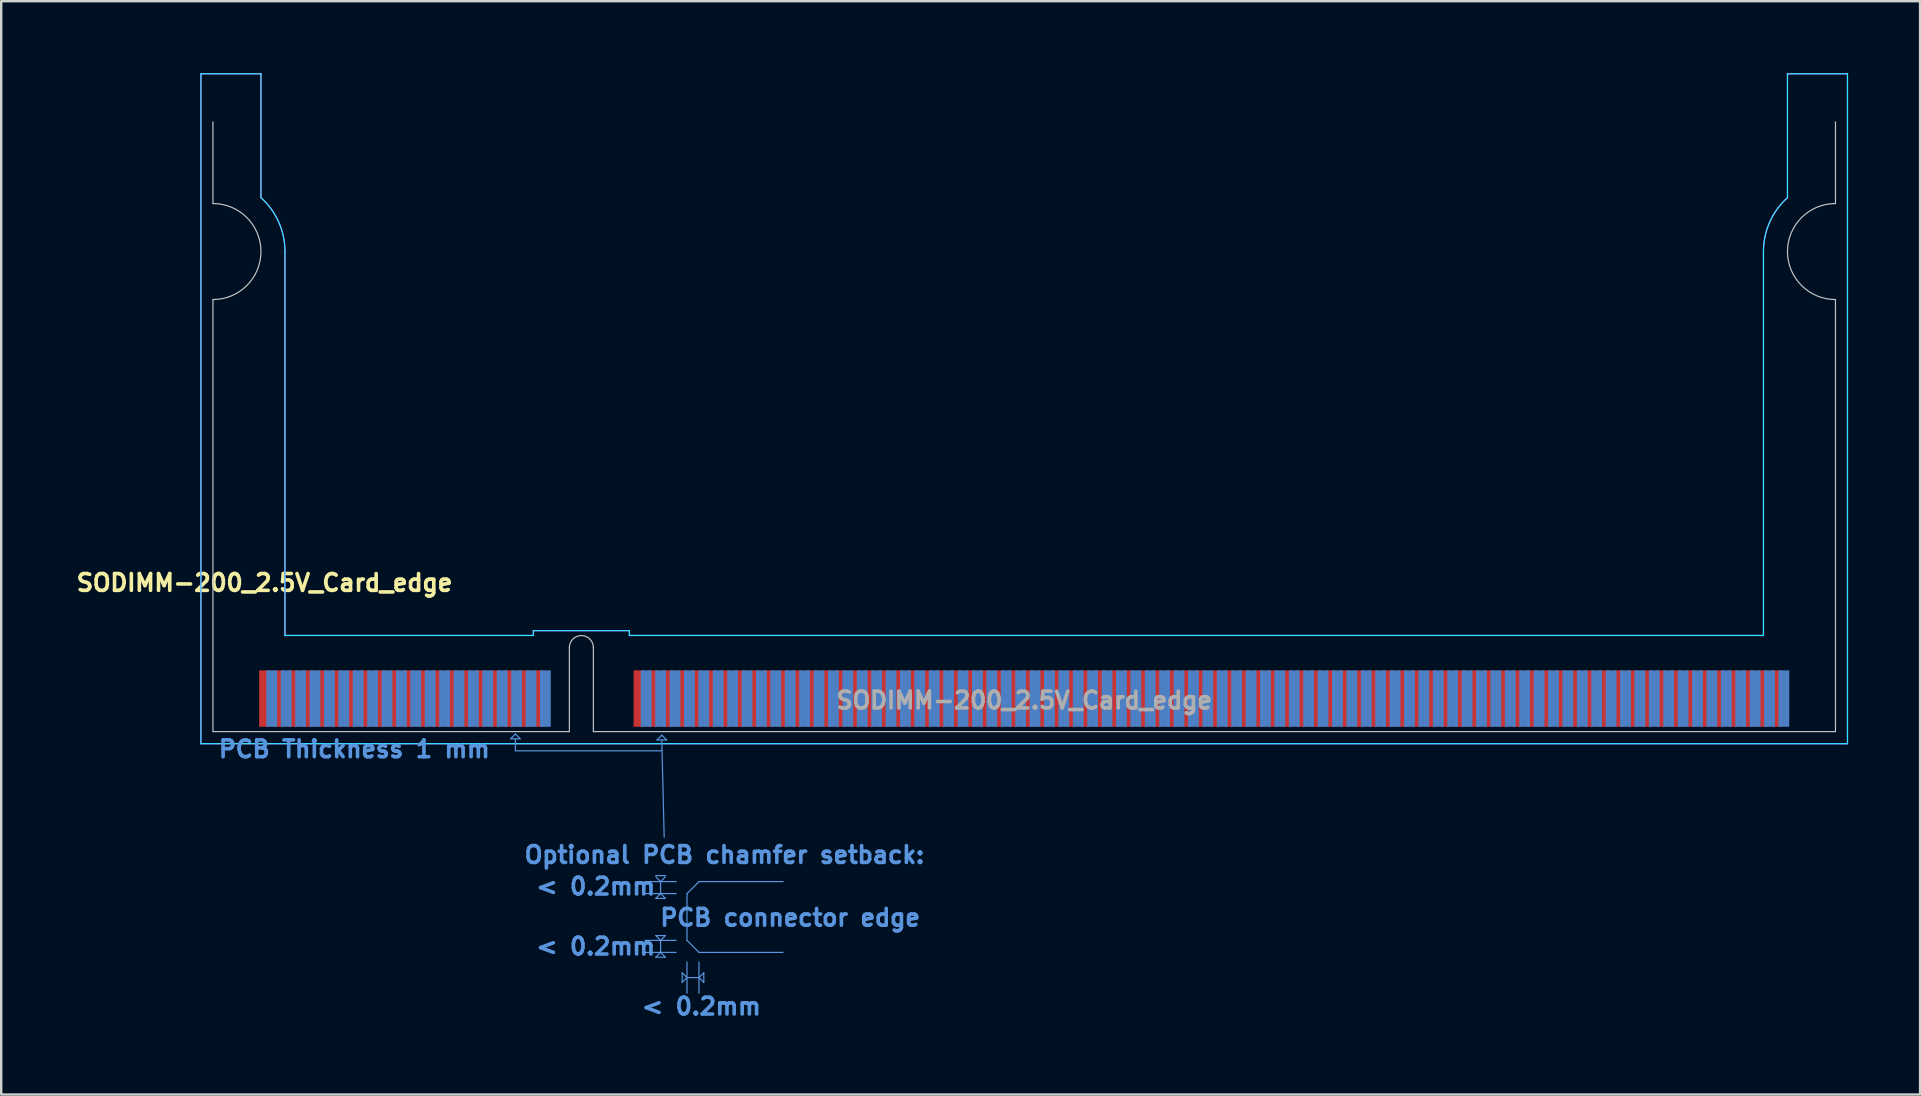
<source format=kicad_pcb>
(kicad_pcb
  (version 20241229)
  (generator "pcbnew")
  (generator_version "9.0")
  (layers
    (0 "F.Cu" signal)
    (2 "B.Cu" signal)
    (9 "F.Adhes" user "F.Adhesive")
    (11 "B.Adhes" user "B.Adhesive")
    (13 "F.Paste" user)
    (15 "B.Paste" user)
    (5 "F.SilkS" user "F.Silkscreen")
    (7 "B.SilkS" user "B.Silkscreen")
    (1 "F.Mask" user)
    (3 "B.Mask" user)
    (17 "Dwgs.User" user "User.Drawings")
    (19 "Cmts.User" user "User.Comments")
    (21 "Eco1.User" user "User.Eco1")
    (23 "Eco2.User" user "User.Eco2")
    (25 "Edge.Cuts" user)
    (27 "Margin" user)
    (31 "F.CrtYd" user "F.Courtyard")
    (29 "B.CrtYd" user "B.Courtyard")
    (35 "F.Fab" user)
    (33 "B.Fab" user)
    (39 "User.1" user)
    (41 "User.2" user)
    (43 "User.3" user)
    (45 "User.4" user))
  (footprint "SODIMM-200_2.5V_Card_edge"
    (layer "F.Cu")
    (at 7.972 26.055)
    (property "Reference" "SODIMM-200_2.5V_Card_edge" (at 0 -4.825 0) (layer "F.SilkS") (effects (font (size 0.7 0.7) (thickness 0.15))))
    (attr exclude_from_pos_files allow_soldermask_bridges)
    (fp_rect (start -0.352 -1.302) (end 12.7 1.302) (stroke (width 0) (type solid)) (fill yes) (layer "F.Mask"))
    (fp_rect (start 13.7 -1.302) (end 63.352 1.302) (stroke (width 0) (type solid)) (fill yes) (layer "F.Mask"))
    (fp_rect (start -0.052 -1.302) (end 12.7 1.302) (stroke (width 0) (type solid)) (fill yes) (layer "B.Mask"))
    (fp_rect (start 13.7 -1.302) (end 63.652 1.302) (stroke (width 0) (type solid)) (fill yes) (layer "B.Mask"))
    (fp_line (start -2.15 -20.625) (end -2.15 -24.025) (stroke (width 0.05) (type default)) (layer "Dwgs.User"))
    (fp_line (start -2.15 1.375) (end -2.15 -16.625) (stroke (width 0.05) (type solid)) (layer "Dwgs.User"))
    (fp_line (start 12.7 1.375) (end -2.15 1.375) (stroke (width 0.05) (type default)) (layer "Dwgs.User"))
    (fp_line (start 12.7 1.375) (end 12.7 -2.125) (stroke (width 0.05) (type solid)) (layer "Dwgs.User"))
    (fp_line (start 13.7 -2.125) (end 13.7 1.375) (stroke (width 0.05) (type solid)) (layer "Dwgs.User"))
    (fp_line (start 13.7 1.375) (end 65.45 1.375) (stroke (width 0.05) (type default)) (layer "Dwgs.User"))
    (fp_line (start 65.45 -20.625) (end 65.45 -24.025) (stroke (width 0.05) (type default)) (layer "Dwgs.User"))
    (fp_line (start 65.45 1.375) (end 65.45 -16.625) (stroke (width 0.05) (type solid)) (layer "Dwgs.User"))
    (fp_arc (start -2.15 -20.625) (mid -0.15 -18.625) (end -2.15 -16.625) (stroke (width 0.05) (type solid)) (layer "Dwgs.User"))
    (fp_arc (start 12.7 -2.125) (mid 13.2 -2.625) (end 13.7 -2.125) (stroke (width 0.05) (type solid)) (layer "Dwgs.User"))
    (fp_arc (start 65.45 -16.625) (mid 63.45 -18.625) (end 65.45 -20.625) (stroke (width 0.05) (type solid)) (layer "Dwgs.User"))
    (fp_line (start 10.25 1.675) (end 10.45 1.475) (stroke (width 0.05) (type default)) (layer "Cmts.User"))
    (fp_line (start 10.45 1.475) (end 10.65 1.675) (stroke (width 0.05) (type default)) (layer "Cmts.User"))
    (fp_line (start 10.45 1.675) (end 10.45 2.175) (stroke (width 0.05) (type default)) (layer "Cmts.User"))
    (fp_line (start 10.45 2.175) (end 16.55 2.175) (stroke (width 0.05) (type default)) (layer "Cmts.User"))
    (fp_line (start 10.65 1.675) (end 10.25 1.675) (stroke (width 0.05) (type default)) (layer "Cmts.User"))
    (fp_line (start 15.85 7.625) (end 17.15 7.625) (stroke (width 0.05) (type default)) (layer "Cmts.User"))
    (fp_line (start 15.85 8.125) (end 17.15 8.125) (stroke (width 0.05) (type default)) (layer "Cmts.User"))
    (fp_line (start 15.85 10.075) (end 17.15 10.075) (stroke (width 0.05) (type default)) (layer "Cmts.User"))
    (fp_line (start 15.85 10.575) (end 17.15 10.575) (stroke (width 0.05) (type default)) (layer "Cmts.User"))
    (fp_line (start 16.3 7.375) (end 16.7 7.375) (stroke (width 0.05) (type default)) (layer "Cmts.User"))
    (fp_line (start 16.3 8.325) (end 16.5 8.125) (stroke (width 0.05) (type default)) (layer "Cmts.User"))
    (fp_line (start 16.3 9.875) (end 16.7 9.875) (stroke (width 0.05) (type default)) (layer "Cmts.User"))
    (fp_line (start 16.3 10.775) (end 16.5 10.575) (stroke (width 0.05) (type default)) (layer "Cmts.User"))
    (fp_line (start 16.35 1.725) (end 16.55 1.525) (stroke (width 0.05) (type default)) (layer "Cmts.User"))
    (fp_line (start 16.5 7.625) (end 16.3 7.425) (stroke (width 0.05) (type default)) (layer "Cmts.User"))
    (fp_line (start 16.5 8.125) (end 16.5 7.625) (stroke (width 0.05) (type default)) (layer "Cmts.User"))
    (fp_line (start 16.5 8.125) (end 16.7 8.325) (stroke (width 0.05) (type default)) (layer "Cmts.User"))
    (fp_line (start 16.5 10.075) (end 16.3 9.875) (stroke (width 0.05) (type default)) (layer "Cmts.User"))
    (fp_line (start 16.5 10.575) (end 16.5 10.075) (stroke (width 0.05) (type default)) (layer "Cmts.User"))
    (fp_line (start 16.5 10.575) (end 16.7 10.775) (stroke (width 0.05) (type default)) (layer "Cmts.User"))
    (fp_line (start 16.55 1.525) (end 16.75 1.725) (stroke (width 0.05) (type default)) (layer "Cmts.User"))
    (fp_line (start 16.55 1.725) (end 16.65 5.775) (stroke (width 0.05) (type default)) (layer "Cmts.User"))
    (fp_line (start 16.7 7.425) (end 16.5 7.625) (stroke (width 0.05) (type default)) (layer "Cmts.User"))
    (fp_line (start 16.7 8.325) (end 16.3 8.325) (stroke (width 0.05) (type default)) (layer "Cmts.User"))
    (fp_line (start 16.7 9.875) (end 16.5 10.075) (stroke (width 0.05) (type default)) (layer "Cmts.User"))
    (fp_line (start 16.7 10.775) (end 16.3 10.775) (stroke (width 0.05) (type default)) (layer "Cmts.User"))
    (fp_line (start 16.75 1.725) (end 16.35 1.725) (stroke (width 0.05) (type default)) (layer "Cmts.User"))
    (fp_line (start 17.4 11.425) (end 17.6 11.625) (stroke (width 0.05) (type default)) (layer "Cmts.User"))
    (fp_line (start 17.4 11.825) (end 17.4 11.425) (stroke (width 0.05) (type default)) (layer "Cmts.User"))
    (fp_line (start 17.6 8.125) (end 17.6 10.075) (stroke (width 0.05) (type default)) (layer "Cmts.User"))
    (fp_line (start 17.6 10.975) (end 17.6 12.275) (stroke (width 0.05) (type default)) (layer "Cmts.User"))
    (fp_line (start 17.6 11.625) (end 17.4 11.825) (stroke (width 0.05) (type default)) (layer "Cmts.User"))
    (fp_line (start 17.6 11.625) (end 18.1 11.625) (stroke (width 0.05) (type default)) (layer "Cmts.User"))
    (fp_line (start 18.1 7.625) (end 17.6 8.125) (stroke (width 0.05) (type default)) (layer "Cmts.User"))
    (fp_line (start 18.1 7.625) (end 21.6 7.625) (stroke (width 0.05) (type default)) (layer "Cmts.User"))
    (fp_line (start 18.1 10.575) (end 17.6 10.075) (stroke (width 0.05) (type default)) (layer "Cmts.User"))
    (fp_line (start 18.1 10.575) (end 21.6 10.575) (stroke (width 0.05) (type default)) (layer "Cmts.User"))
    (fp_line (start 18.1 10.975) (end 18.1 12.275) (stroke (width 0.05) (type default)) (layer "Cmts.User"))
    (fp_line (start 18.1 11.625) (end 18.3 11.425) (stroke (width 0.05) (type default)) (layer "Cmts.User"))
    (fp_line (start 18.3 11.425) (end 18.3 11.825) (stroke (width 0.05) (type default)) (layer "Cmts.User"))
    (fp_line (start 18.3 11.825) (end 18.1 11.625) (stroke (width 0.05) (type default)) (layer "Cmts.User"))
    (fp_line (start -2.65 -26.03) (end -2.65 1.88) (stroke (width 0.05) (type default)) (layer "B.CrtYd"))
    (fp_line (start -2.65 -26.03) (end -0.15 -26.03) (stroke (width 0.05) (type default)) (layer "B.CrtYd"))
    (fp_line (start -0.15 -20.87) (end -0.15 -26.03) (stroke (width 0.05) (type default)) (layer "B.CrtYd"))
    (fp_line (start 0.85 -18.63) (end 0.85 -2.63) (stroke (width 0.05) (type default)) (layer "B.CrtYd"))
    (fp_line (start 0.85 -2.63) (end 11.2 -2.63) (stroke (width 0.05) (type default)) (layer "B.CrtYd"))
    (fp_line (start 11.2 -2.83) (end 15.2 -2.83) (stroke (width 0.05) (type default)) (layer "B.CrtYd"))
    (fp_line (start 11.2 -2.63) (end 11.2 -2.83) (stroke (width 0.05) (type default)) (layer "B.CrtYd"))
    (fp_line (start 15.2 -2.83) (end 15.2 -2.63) (stroke (width 0.05) (type default)) (layer "B.CrtYd"))
    (fp_line (start 15.2 -2.63) (end 62.45 -2.63) (stroke (width 0.05) (type default)) (layer "B.CrtYd"))
    (fp_line (start 62.45 -18.63) (end 62.45 -2.63) (stroke (width 0.05) (type default)) (layer "B.CrtYd"))
    (fp_line (start 63.45 -20.87) (end 63.45 -26.03) (stroke (width 0.05) (type default)) (layer "B.CrtYd"))
    (fp_line (start 65.95 -26.03) (end 63.45 -26.03) (stroke (width 0.05) (type default)) (layer "B.CrtYd"))
    (fp_line (start 65.95 -26.03) (end 65.95 1.88) (stroke (width 0.05) (type default)) (layer "B.CrtYd"))
    (fp_line (start 65.95 1.88) (end -2.65 1.88) (stroke (width 0.05) (type default)) (layer "B.CrtYd"))
    (fp_arc (start -0.15 -20.87) (mid 0.588474 -19.856462) (end 0.85 -18.63) (stroke (width 0.05) (type default)) (layer "B.CrtYd"))
    (fp_arc (start 62.45 -18.63) (mid 62.711526 -19.856462) (end 63.45 -20.87) (stroke (width 0.05) (type default)) (layer "B.CrtYd"))
    (fp_line (start -2.65 -26.03) (end -2.65 1.88) (stroke (width 0.05) (type default)) (layer "F.CrtYd"))
    (fp_line (start -2.65 -26.03) (end -0.15 -26.03) (stroke (width 0.05) (type default)) (layer "F.CrtYd"))
    (fp_line (start -0.15 -20.87) (end -0.15 -26.03) (stroke (width 0.05) (type default)) (layer "F.CrtYd"))
    (fp_line (start 0.85 -2.63) (end 0.85 -18.63) (stroke (width 0.05) (type default)) (layer "F.CrtYd"))
    (fp_line (start 0.85 -2.63) (end 11.2 -2.63) (stroke (width 0.05) (type default)) (layer "F.CrtYd"))
    (fp_line (start 11.2 -2.83) (end 15.2 -2.83) (stroke (width 0.05) (type default)) (layer "F.CrtYd"))
    (fp_line (start 11.2 -2.63) (end 11.2 -2.83) (stroke (width 0.05) (type default)) (layer "F.CrtYd"))
    (fp_line (start 15.2 -2.83) (end 15.2 -2.63) (stroke (width 0.05) (type default)) (layer "F.CrtYd"))
    (fp_line (start 15.2 -2.63) (end 62.45 -2.63) (stroke (width 0.05) (type default)) (layer "F.CrtYd"))
    (fp_line (start 62.45 -2.63) (end 62.45 -18.63) (stroke (width 0.05) (type default)) (layer "F.CrtYd"))
    (fp_line (start 63.45 -20.87) (end 63.45 -26.03) (stroke (width 0.05) (type default)) (layer "F.CrtYd"))
    (fp_line (start 65.95 -26.03) (end 63.45 -26.03) (stroke (width 0.05) (type default)) (layer "F.CrtYd"))
    (fp_line (start 65.95 -26.03) (end 65.95 1.88) (stroke (width 0.05) (type default)) (layer "F.CrtYd"))
    (fp_line (start 65.95 1.88) (end -2.65 1.88) (stroke (width 0.05) (type default)) (layer "F.CrtYd"))
    (fp_arc (start -0.15 -20.87) (mid 0.588474 -19.856462) (end 0.85 -18.63) (stroke (width 0.05) (type default)) (layer "F.CrtYd"))
    (fp_arc (start 62.45 -18.63) (mid 62.711526 -19.856462) (end 63.45 -20.87) (stroke (width 0.05) (type default)) (layer "F.CrtYd"))
    (fp_text user "< 0.2mm" (at 13.8 7.825 180) (layer "Cmts.User") (effects (font (size 0.7 0.7) (thickness 0.15))))
    (fp_text user "PCB Thickness 1 mm" (at 3.74 2.105 180) (layer "Cmts.User") (effects (font (size 0.7 0.7) (thickness 0.15))))
    (fp_text user "< 0.2mm" (at 18.2 12.825 180) (layer "Cmts.User") (effects (font (size 0.7 0.7) (thickness 0.15))))
    (fp_text user "< 0.2mm" (at 13.8 10.325 180) (layer "Cmts.User") (effects (font (size 0.7 0.7) (thickness 0.15))))
    (fp_text user "PCB connector edge" (at 21.9 9.125 180) (layer "Cmts.User") (effects (font (size 0.7 0.7) (thickness 0.15))))
    (fp_text user "Optional PCB chamfer setback:" (at 19.16 6.51 180) (layer "Cmts.User") (effects (font (size 0.7 0.7) (thickness 0.15))))
    (fp_text user "${REFERENCE}" (at 31.65 0.075 0) (layer "F.Fab") (effects (font (size 0.7 0.7) (thickness 0.15))))
    (pad "1" connect rect (at 0 0) (size 0.45 2.35) (layers "F.Cu" "F.Mask"))
    (pad "2" connect rect (at 0.3 0) (size 0.45 2.35) (layers "B.Cu" "B.Mask"))
    (pad "3" connect rect (at 0.6 0) (size 0.45 2.35) (layers "F.Cu" "F.Mask"))
    (pad "4" connect rect (at 0.9 0) (size 0.45 2.35) (layers "B.Cu" "B.Mask"))
    (pad "5" connect rect (at 1.2 0) (size 0.45 2.35) (layers "F.Cu" "F.Mask"))
    (pad "6" connect rect (at 1.5 0) (size 0.45 2.35) (layers "B.Cu" "B.Mask"))
    (pad "7" connect rect (at 1.8 0) (size 0.45 2.35) (layers "F.Cu" "F.Mask"))
    (pad "8" connect rect (at 2.1 0) (size 0.45 2.35) (layers "B.Cu" "B.Mask"))
    (pad "9" connect rect (at 2.4 0) (size 0.45 2.35) (layers "F.Cu" "F.Mask"))
    (pad "10" connect rect (at 2.7 0) (size 0.45 2.35) (layers "B.Cu" "B.Mask"))
    (pad "11" connect rect (at 3 0) (size 0.45 2.35) (layers "F.Cu" "F.Mask"))
    (pad "12" connect rect (at 3.3 0) (size 0.45 2.35) (layers "B.Cu" "B.Mask"))
    (pad "13" connect rect (at 3.6 0) (size 0.45 2.35) (layers "F.Cu" "F.Mask"))
    (pad "14" connect rect (at 3.9 0) (size 0.45 2.35) (layers "B.Cu" "B.Mask"))
    (pad "15" connect rect (at 4.2 0) (size 0.45 2.35) (layers "F.Cu" "F.Mask"))
    (pad "16" connect rect (at 4.5 0) (size 0.45 2.35) (layers "B.Cu" "B.Mask"))
    (pad "17" connect rect (at 4.8 0) (size 0.45 2.35) (layers "F.Cu" "F.Mask"))
    (pad "18" connect rect (at 5.1 0) (size 0.45 2.35) (layers "B.Cu" "B.Mask"))
    (pad "19" connect rect (at 5.4 0) (size 0.45 2.35) (layers "F.Cu" "F.Mask"))
    (pad "20" connect rect (at 5.7 0) (size 0.45 2.35) (layers "B.Cu" "B.Mask"))
    (pad "21" connect rect (at 6 0) (size 0.45 2.35) (layers "F.Cu" "F.Mask"))
    (pad "22" connect rect (at 6.3 0) (size 0.45 2.35) (layers "B.Cu" "B.Mask"))
    (pad "23" connect rect (at 6.6 0) (size 0.45 2.35) (layers "F.Cu" "F.Mask"))
    (pad "24" connect rect (at 6.9 0) (size 0.45 2.35) (layers "B.Cu" "B.Mask"))
    (pad "25" connect rect (at 7.2 0) (size 0.45 2.35) (layers "F.Cu" "F.Mask"))
    (pad "26" connect rect (at 7.5 0) (size 0.45 2.35) (layers "B.Cu" "B.Mask"))
    (pad "27" connect rect (at 7.8 0) (size 0.45 2.35) (layers "F.Cu" "F.Mask"))
    (pad "28" connect rect (at 8.1 0) (size 0.45 2.35) (layers "B.Cu" "B.Mask"))
    (pad "29" connect rect (at 8.4 0) (size 0.45 2.35) (layers "F.Cu" "F.Mask"))
    (pad "30" connect rect (at 8.7 0) (size 0.45 2.35) (layers "B.Cu" "B.Mask"))
    (pad "31" connect rect (at 9 0) (size 0.45 2.35) (layers "F.Cu" "F.Mask"))
    (pad "32" connect rect (at 9.3 0) (size 0.45 2.35) (layers "B.Cu" "B.Mask"))
    (pad "33" connect rect (at 9.6 0) (size 0.45 2.35) (layers "F.Cu" "F.Mask"))
    (pad "34" connect rect (at 9.9 0) (size 0.45 2.35) (layers "B.Cu" "B.Mask"))
    (pad "35" connect rect (at 10.2 0) (size 0.45 2.35) (layers "F.Cu" "F.Mask"))
    (pad "36" connect rect (at 10.5 0) (size 0.45 2.35) (layers "B.Cu" "B.Mask"))
    (pad "37" connect rect (at 10.8 0) (size 0.45 2.35) (layers "F.Cu" "F.Mask"))
    (pad "38" connect rect (at 11.1 0) (size 0.45 2.35) (layers "B.Cu" "B.Mask"))
    (pad "39" connect rect (at 11.4 0) (size 0.45 2.35) (layers "F.Cu" "F.Mask"))
    (pad "40" connect rect (at 11.7 0) (size 0.45 2.35) (layers "B.Cu" "B.Mask"))
    (pad "41" connect rect (at 15.6 0) (size 0.45 2.35) (layers "F.Cu" "F.Mask"))
    (pad "42" connect rect (at 15.9 0) (size 0.45 2.35) (layers "B.Cu" "B.Mask"))
    (pad "43" connect rect (at 16.2 0) (size 0.45 2.35) (layers "F.Cu" "F.Mask"))
    (pad "44" connect rect (at 16.5 0) (size 0.45 2.35) (layers "B.Cu" "B.Mask"))
    (pad "45" connect rect (at 16.8 0) (size 0.45 2.35) (layers "F.Cu" "F.Mask"))
    (pad "46" connect rect (at 17.1 0) (size 0.45 2.35) (layers "B.Cu" "B.Mask"))
    (pad "47" connect rect (at 17.4 0) (size 0.45 2.35) (layers "F.Cu" "F.Mask"))
    (pad "48" connect rect (at 17.7 0) (size 0.45 2.35) (layers "B.Cu" "B.Mask"))
    (pad "49" connect rect (at 18 0) (size 0.45 2.35) (layers "F.Cu" "F.Mask"))
    (pad "50" connect rect (at 18.3 0) (size 0.45 2.35) (layers "B.Cu" "B.Mask"))
    (pad "51" connect rect (at 18.6 0) (size 0.45 2.35) (layers "F.Cu" "F.Mask"))
    (pad "52" connect rect (at 18.9 0) (size 0.45 2.35) (layers "B.Cu" "B.Mask"))
    (pad "53" connect rect (at 19.2 0) (size 0.45 2.35) (layers "F.Cu" "F.Mask"))
    (pad "54" connect rect (at 19.5 0) (size 0.45 2.35) (layers "B.Cu" "B.Mask"))
    (pad "55" connect rect (at 19.8 0) (size 0.45 2.35) (layers "F.Cu" "F.Mask"))
    (pad "56" connect rect (at 20.1 0) (size 0.45 2.35) (layers "B.Cu" "B.Mask"))
    (pad "57" connect rect (at 20.4 0) (size 0.45 2.35) (layers "F.Cu" "F.Mask"))
    (pad "58" connect rect (at 20.7 0) (size 0.45 2.35) (layers "B.Cu" "B.Mask"))
    (pad "59" connect rect (at 21 0) (size 0.45 2.35) (layers "F.Cu" "F.Mask"))
    (pad "60" connect rect (at 21.3 0) (size 0.45 2.35) (layers "B.Cu" "B.Mask"))
    (pad "61" connect rect (at 21.6 0) (size 0.45 2.35) (layers "F.Cu" "F.Mask"))
    (pad "62" connect rect (at 21.9 0) (size 0.45 2.35) (layers "B.Cu" "B.Mask"))
    (pad "63" connect rect (at 22.2 0) (size 0.45 2.35) (layers "F.Cu" "F.Mask"))
    (pad "64" connect rect (at 22.5 0) (size 0.45 2.35) (layers "B.Cu" "B.Mask"))
    (pad "65" connect rect (at 22.8 0) (size 0.45 2.35) (layers "F.Cu" "F.Mask"))
    (pad "66" connect rect (at 23.1 0) (size 0.45 2.35) (layers "B.Cu" "B.Mask"))
    (pad "67" connect rect (at 23.4 0) (size 0.45 2.35) (layers "F.Cu" "F.Mask"))
    (pad "68" connect rect (at 23.7 0) (size 0.45 2.35) (layers "B.Cu" "B.Mask"))
    (pad "69" connect rect (at 24 0) (size 0.45 2.35) (layers "F.Cu" "F.Mask"))
    (pad "70" connect rect (at 24.3 0) (size 0.45 2.35) (layers "B.Cu" "B.Mask"))
    (pad "71" connect rect (at 24.6 0) (size 0.45 2.35) (layers "F.Cu" "F.Mask"))
    (pad "72" connect rect (at 24.9 0) (size 0.45 2.35) (layers "B.Cu" "B.Mask"))
    (pad "73" connect rect (at 25.2 0) (size 0.45 2.35) (layers "F.Cu" "F.Mask"))
    (pad "74" connect rect (at 25.5 0) (size 0.45 2.35) (layers "B.Cu" "B.Mask"))
    (pad "75" connect rect (at 25.8 0) (size 0.45 2.35) (layers "F.Cu" "F.Mask"))
    (pad "76" connect rect (at 26.1 0) (size 0.45 2.35) (layers "B.Cu" "B.Mask"))
    (pad "77" connect rect (at 26.4 0) (size 0.45 2.35) (layers "F.Cu" "F.Mask"))
    (pad "78" connect rect (at 26.7 0) (size 0.45 2.35) (layers "B.Cu" "B.Mask"))
    (pad "79" connect rect (at 27 0) (size 0.45 2.35) (layers "F.Cu" "F.Mask"))
    (pad "80" connect rect (at 27.3 0) (size 0.45 2.35) (layers "B.Cu" "B.Mask"))
    (pad "81" connect rect (at 27.6 0) (size 0.45 2.35) (layers "F.Cu" "F.Mask"))
    (pad "82" connect rect (at 27.9 0) (size 0.45 2.35) (layers "B.Cu" "B.Mask"))
    (pad "83" connect rect (at 28.2 0) (size 0.45 2.35) (layers "F.Cu" "F.Mask"))
    (pad "84" connect rect (at 28.5 0) (size 0.45 2.35) (layers "B.Cu" "B.Mask"))
    (pad "85" connect rect (at 28.8 0) (size 0.45 2.35) (layers "F.Cu" "F.Mask"))
    (pad "86" connect rect (at 29.1 0) (size 0.45 2.35) (layers "B.Cu" "B.Mask"))
    (pad "87" connect rect (at 29.4 0) (size 0.45 2.35) (layers "F.Cu" "F.Mask"))
    (pad "88" connect rect (at 29.7 0) (size 0.45 2.35) (layers "B.Cu" "B.Mask"))
    (pad "89" connect rect (at 30 0) (size 0.45 2.35) (layers "F.Cu" "F.Mask"))
    (pad "90" connect rect (at 30.3 0) (size 0.45 2.35) (layers "B.Cu" "B.Mask"))
    (pad "91" connect rect (at 30.6 0) (size 0.45 2.35) (layers "F.Cu" "F.Mask"))
    (pad "92" connect rect (at 30.9 0) (size 0.45 2.35) (layers "B.Cu" "B.Mask"))
    (pad "93" connect rect (at 31.2 0) (size 0.45 2.35) (layers "F.Cu" "F.Mask"))
    (pad "94" connect rect (at 31.5 0) (size 0.45 2.35) (layers "B.Cu" "B.Mask"))
    (pad "95" connect rect (at 31.8 0) (size 0.45 2.35) (layers "F.Cu" "F.Mask"))
    (pad "96" connect rect (at 32.1 0) (size 0.45 2.35) (layers "B.Cu" "B.Mask"))
    (pad "97" connect rect (at 32.4 0) (size 0.45 2.35) (layers "F.Cu" "F.Mask"))
    (pad "98" connect rect (at 32.7 0) (size 0.45 2.35) (layers "B.Cu" "B.Mask"))
    (pad "99" connect rect (at 33 0) (size 0.45 2.35) (layers "F.Cu" "F.Mask"))
    (pad "100" connect rect (at 33.3 0) (size 0.45 2.35) (layers "B.Cu" "B.Mask"))
    (pad "101" connect rect (at 33.6 0) (size 0.45 2.35) (layers "F.Cu" "F.Mask"))
    (pad "102" connect rect (at 33.9 0) (size 0.45 2.35) (layers "B.Cu" "B.Mask"))
    (pad "103" connect rect (at 34.2 0) (size 0.45 2.35) (layers "F.Cu" "F.Mask"))
    (pad "104" connect rect (at 34.5 0) (size 0.45 2.35) (layers "B.Cu" "B.Mask"))
    (pad "105" connect rect (at 34.8 0) (size 0.45 2.35) (layers "F.Cu" "F.Mask"))
    (pad "106" connect rect (at 35.1 0) (size 0.45 2.35) (layers "B.Cu" "B.Mask"))
    (pad "107" connect rect (at 35.4 0) (size 0.45 2.35) (layers "F.Cu" "F.Mask"))
    (pad "108" connect rect (at 35.7 0) (size 0.45 2.35) (layers "B.Cu" "B.Mask"))
    (pad "109" connect rect (at 36 0) (size 0.45 2.35) (layers "F.Cu" "F.Mask"))
    (pad "110" connect rect (at 36.3 0) (size 0.45 2.35) (layers "B.Cu" "B.Mask"))
    (pad "111" connect rect (at 36.6 0) (size 0.45 2.35) (layers "F.Cu" "F.Mask"))
    (pad "112" connect rect (at 36.9 0) (size 0.45 2.35) (layers "B.Cu" "B.Mask"))
    (pad "113" connect rect (at 37.2 0) (size 0.45 2.35) (layers "F.Cu" "F.Mask"))
    (pad "114" connect rect (at 37.5 0) (size 0.45 2.35) (layers "B.Cu" "B.Mask"))
    (pad "115" connect rect (at 37.8 0) (size 0.45 2.35) (layers "F.Cu" "F.Mask"))
    (pad "116" connect rect (at 38.1 0) (size 0.45 2.35) (layers "B.Cu" "B.Mask"))
    (pad "117" connect rect (at 38.4 0) (size 0.45 2.35) (layers "F.Cu" "F.Mask"))
    (pad "118" connect rect (at 38.7 0) (size 0.45 2.35) (layers "B.Cu" "B.Mask"))
    (pad "119" connect rect (at 39 0) (size 0.45 2.35) (layers "F.Cu" "F.Mask"))
    (pad "120" connect rect (at 39.3 0) (size 0.45 2.35) (layers "B.Cu" "B.Mask"))
    (pad "121" connect rect (at 39.6 0) (size 0.45 2.35) (layers "F.Cu" "F.Mask"))
    (pad "122" connect rect (at 39.9 0) (size 0.45 2.35) (layers "B.Cu" "B.Mask"))
    (pad "123" connect rect (at 40.2 0) (size 0.45 2.35) (layers "F.Cu" "F.Mask"))
    (pad "124" connect rect (at 40.5 0) (size 0.45 2.35) (layers "B.Cu" "B.Mask"))
    (pad "125" connect rect (at 40.8 0) (size 0.45 2.35) (layers "F.Cu" "F.Mask"))
    (pad "126" connect rect (at 41.1 0) (size 0.45 2.35) (layers "B.Cu" "B.Mask"))
    (pad "127" connect rect (at 41.4 0) (size 0.45 2.35) (layers "F.Cu" "F.Mask"))
    (pad "128" connect rect (at 41.7 0) (size 0.45 2.35) (layers "B.Cu" "B.Mask"))
    (pad "129" connect rect (at 42 0) (size 0.45 2.35) (layers "F.Cu" "F.Mask"))
    (pad "130" connect rect (at 42.3 0) (size 0.45 2.35) (layers "B.Cu" "B.Mask"))
    (pad "131" connect rect (at 42.6 0) (size 0.45 2.35) (layers "F.Cu" "F.Mask"))
    (pad "132" connect rect (at 42.9 0) (size 0.45 2.35) (layers "B.Cu" "B.Mask"))
    (pad "133" connect rect (at 43.2 0) (size 0.45 2.35) (layers "F.Cu" "F.Mask"))
    (pad "134" connect rect (at 43.5 0) (size 0.45 2.35) (layers "B.Cu" "B.Mask"))
    (pad "135" connect rect (at 43.8 0) (size 0.45 2.35) (layers "F.Cu" "F.Mask"))
    (pad "136" connect rect (at 44.1 0) (size 0.45 2.35) (layers "B.Cu" "B.Mask"))
    (pad "137" connect rect (at 44.4 0) (size 0.45 2.35) (layers "F.Cu" "F.Mask"))
    (pad "138" connect rect (at 44.7 0) (size 0.45 2.35) (layers "B.Cu" "B.Mask"))
    (pad "139" connect rect (at 45 0) (size 0.45 2.35) (layers "F.Cu" "F.Mask"))
    (pad "140" connect rect (at 45.3 0) (size 0.45 2.35) (layers "B.Cu" "B.Mask"))
    (pad "141" connect rect (at 45.6 0) (size 0.45 2.35) (layers "F.Cu" "F.Mask"))
    (pad "142" connect rect (at 45.9 0) (size 0.45 2.35) (layers "B.Cu" "B.Mask"))
    (pad "143" connect rect (at 46.2 0) (size 0.45 2.35) (layers "F.Cu" "F.Mask"))
    (pad "144" connect rect (at 46.5 0) (size 0.45 2.35) (layers "B.Cu" "B.Mask"))
    (pad "145" connect rect (at 46.8 0) (size 0.45 2.35) (layers "F.Cu" "F.Mask"))
    (pad "146" connect rect (at 47.1 0) (size 0.45 2.35) (layers "B.Cu" "B.Mask"))
    (pad "147" connect rect (at 47.4 0) (size 0.45 2.35) (layers "F.Cu" "F.Mask"))
    (pad "148" connect rect (at 47.7 0) (size 0.45 2.35) (layers "B.Cu" "B.Mask"))
    (pad "149" connect rect (at 48 0) (size 0.45 2.35) (layers "F.Cu" "F.Mask"))
    (pad "150" connect rect (at 48.3 0) (size 0.45 2.35) (layers "B.Cu" "B.Mask"))
    (pad "151" connect rect (at 48.6 0) (size 0.45 2.35) (layers "F.Cu" "F.Mask"))
    (pad "152" connect rect (at 48.9 0) (size 0.45 2.35) (layers "B.Cu" "B.Mask"))
    (pad "153" connect rect (at 49.2 0) (size 0.45 2.35) (layers "F.Cu" "F.Mask"))
    (pad "154" connect rect (at 49.5 0) (size 0.45 2.35) (layers "B.Cu" "B.Mask"))
    (pad "155" connect rect (at 49.8 0) (size 0.45 2.35) (layers "F.Cu" "F.Mask"))
    (pad "156" connect rect (at 50.1 0) (size 0.45 2.35) (layers "B.Cu" "B.Mask"))
    (pad "157" connect rect (at 50.4 0) (size 0.45 2.35) (layers "F.Cu" "F.Mask"))
    (pad "158" connect rect (at 50.7 0) (size 0.45 2.35) (layers "B.Cu" "B.Mask"))
    (pad "159" connect rect (at 51 0) (size 0.45 2.35) (layers "F.Cu" "F.Mask"))
    (pad "160" connect rect (at 51.3 0) (size 0.45 2.35) (layers "B.Cu" "B.Mask"))
    (pad "161" connect rect (at 51.6 0) (size 0.45 2.35) (layers "F.Cu" "F.Mask"))
    (pad "162" connect rect (at 51.9 0) (size 0.45 2.35) (layers "B.Cu" "B.Mask"))
    (pad "163" connect rect (at 52.2 0) (size 0.45 2.35) (layers "F.Cu" "F.Mask"))
    (pad "164" connect rect (at 52.5 0) (size 0.45 2.35) (layers "B.Cu" "B.Mask"))
    (pad "165" connect rect (at 52.8 0) (size 0.45 2.35) (layers "F.Cu" "F.Mask"))
    (pad "166" connect rect (at 53.1 0) (size 0.45 2.35) (layers "B.Cu" "B.Mask"))
    (pad "167" connect rect (at 53.4 0) (size 0.45 2.35) (layers "F.Cu" "F.Mask"))
    (pad "168" connect rect (at 53.7 0) (size 0.45 2.35) (layers "B.Cu" "B.Mask"))
    (pad "169" connect rect (at 54 0) (size 0.45 2.35) (layers "F.Cu" "F.Mask"))
    (pad "170" connect rect (at 54.3 0) (size 0.45 2.35) (layers "B.Cu" "B.Mask"))
    (pad "171" connect rect (at 54.6 0) (size 0.45 2.35) (layers "F.Cu" "F.Mask"))
    (pad "172" connect rect (at 54.9 0) (size 0.45 2.35) (layers "B.Cu" "B.Mask"))
    (pad "173" connect rect (at 55.2 0) (size 0.45 2.35) (layers "F.Cu" "F.Mask"))
    (pad "174" connect rect (at 55.5 0) (size 0.45 2.35) (layers "B.Cu" "B.Mask"))
    (pad "175" connect rect (at 55.8 0) (size 0.45 2.35) (layers "F.Cu" "F.Mask"))
    (pad "176" connect rect (at 56.1 0) (size 0.45 2.35) (layers "B.Cu" "B.Mask"))
    (pad "177" connect rect (at 56.4 0) (size 0.45 2.35) (layers "F.Cu" "F.Mask"))
    (pad "178" connect rect (at 56.7 0) (size 0.45 2.35) (layers "B.Cu" "B.Mask"))
    (pad "179" connect rect (at 57 0) (size 0.45 2.35) (layers "F.Cu" "F.Mask"))
    (pad "180" connect rect (at 57.3 0) (size 0.45 2.35) (layers "B.Cu" "B.Mask"))
    (pad "181" connect rect (at 57.6 0) (size 0.45 2.35) (layers "F.Cu" "F.Mask"))
    (pad "182" connect rect (at 57.9 0) (size 0.45 2.35) (layers "B.Cu" "B.Mask"))
    (pad "183" connect rect (at 58.2 0) (size 0.45 2.35) (layers "F.Cu" "F.Mask"))
    (pad "184" connect rect (at 58.5 0) (size 0.45 2.35) (layers "B.Cu" "B.Mask"))
    (pad "185" connect rect (at 58.8 0) (size 0.45 2.35) (layers "F.Cu" "F.Mask"))
    (pad "186" connect rect (at 59.1 0) (size 0.45 2.35) (layers "B.Cu" "B.Mask"))
    (pad "187" connect rect (at 59.4 0) (size 0.45 2.35) (layers "F.Cu" "F.Mask"))
    (pad "188" connect rect (at 59.7 0) (size 0.45 2.35) (layers "B.Cu" "B.Mask"))
    (pad "189" connect rect (at 60 0) (size 0.45 2.35) (layers "F.Cu" "F.Mask"))
    (pad "190" connect rect (at 60.3 0) (size 0.45 2.35) (layers "B.Cu" "B.Mask"))
    (pad "191" connect rect (at 60.6 0) (size 0.45 2.35) (layers "F.Cu" "F.Mask"))
    (pad "192" connect rect (at 60.9 0) (size 0.45 2.35) (layers "B.Cu" "B.Mask"))
    (pad "193" connect rect (at 61.2 0) (size 0.45 2.35) (layers "F.Cu" "F.Mask"))
    (pad "194" connect rect (at 61.5 0) (size 0.45 2.35) (layers "B.Cu" "B.Mask"))
    (pad "195" connect rect (at 61.8 0) (size 0.45 2.35) (layers "F.Cu" "F.Mask"))
    (pad "196" connect rect (at 62.1 0) (size 0.45 2.35) (layers "B.Cu" "B.Mask"))
    (pad "197" connect rect (at 62.4 0) (size 0.45 2.35) (layers "F.Cu" "F.Mask"))
    (pad "198" connect rect (at 62.7 0) (size 0.45 2.35) (layers "B.Cu" "B.Mask"))
    (pad "199" connect rect (at 63 0) (size 0.45 2.35) (layers "F.Cu" "F.Mask"))
    (pad "200" connect rect (at 63.3 0) (size 0.45 2.35) (layers "B.Cu" "B.Mask"))
    (zone (net_name "") (layers "F.Cu" "B.Cu") (hatch edge 0.5) (connect_pads) (min_thickness 0.25) (filled_areas_thickness no) (keepout (tracks not_allowed) (vias not_allowed) (pads not_allowed) (copperpour not_allowed) (footprints allowed)) (placement (enabled no)) (fill) (polygon (pts (xy 5.822 13.455) (xy 7.822 13.455) (xy 7.822 7.43) (xy 5.822 7.43))))
    (zone (net_name "") (layers "F.Cu" "B.Cu") (hatch edge 0.5) (connect_pads) (min_thickness 0.25) (filled_areas_thickness no) (keepout (tracks not_allowed) (vias not_allowed) (pads not_allowed) (copperpour not_allowed) (footprints allowed)) (placement (enabled no)) (fill) (polygon (pts (xy 5.822 24.88) (xy 7.697 24.88) (xy 7.697 27.43) (xy 5.822 27.43))))
    (zone (net_name "") (layers "F.Cu" "B.Cu") (hatch edge 0.5) (connect_pads) (min_thickness 0.25) (filled_areas_thickness no) (keepout (tracks not_allowed) (vias not_allowed) (pads not_allowed) (copperpour not_allowed) (footprints allowed)) (placement (enabled no)) (fill) (polygon (pts (xy 5.822 27.43) (xy 6.822 27.43) (xy 6.822 13.455) (xy 5.822 13.455))))
    (zone (net_name "") (layers "F.Cu" "B.Cu") (hatch edge 0.5) (connect_pads) (min_thickness 0.25) (filled_areas_thickness no) (keepout (tracks not_allowed) (vias not_allowed) (pads not_allowed) (copperpour not_allowed) (footprints allowed)) (placement (enabled no)) (fill) (polygon (pts (xy 19.947 24.88) (xy 23.322 24.88) (xy 23.322 27.43) (xy 19.947 27.43))))
    (zone (net_name "") (layers "F.Cu" "B.Cu") (hatch edge 0.5) (connect_pads) (min_thickness 0.25) (filled_areas_thickness no) (keepout (tracks not_allowed) (vias not_allowed) (pads not_allowed) (copperpour not_allowed) (footprints allowed)) (placement (enabled no)) (fill) (polygon (pts (xy 71.422 13.455) (xy 73.422 13.455) (xy 73.422 7.43) (xy 71.422 7.43))))
    (zone (net_name "") (layers "F.Cu" "B.Cu") (hatch edge 0.5) (connect_pads) (min_thickness 0.25) (filled_areas_thickness no) (keepout (tracks not_allowed) (vias not_allowed) (pads not_allowed) (copperpour not_allowed) (footprints allowed)) (placement (enabled no)) (fill) (polygon (pts (xy 71.547 24.88) (xy 73.422 24.88) (xy 73.422 27.43) (xy 71.547 27.43))))
    (zone (net_name "") (layers "F.Cu" "B.Cu") (hatch edge 0.5) (connect_pads) (min_thickness 0.25) (filled_areas_thickness no) (keepout (tracks not_allowed) (vias not_allowed) (pads not_allowed) (copperpour not_allowed) (footprints allowed)) (placement (enabled no)) (fill) (polygon (pts (xy 72.422 27.43) (xy 73.422 27.43) (xy 73.422 13.455) (xy 72.422 13.455))))
    (zone (net_name "") (layer "In1.Cu") (hatch edge 0.5) (connect_pads) (min_thickness 0.25) (filled_areas_thickness no) (keepout (tracks not_allowed) (vias not_allowed) (pads not_allowed) (copperpour not_allowed) (footprints allowed)) (placement (enabled no)) (fill) (polygon (pts (xy 5.822 9.93) (xy 7.822 9.93) (xy 7.822 7.43) (xy 5.822 7.43))))
    (zone (net_name "") (layer "In1.Cu") (hatch edge 0.5) (connect_pads) (min_thickness 0.25) (filled_areas_thickness no) (keepout (tracks not_allowed) (vias not_allowed) (pads not_allowed) (copperpour not_allowed) (footprints allowed)) (placement (enabled no)) (fill) (polygon (pts (xy 5.822 27.43) (xy 5.822 26.43) (xy 73.422 26.43) (xy 73.422 27.43))))
    (zone (net_name "") (layer "In1.Cu") (hatch edge 0.5) (connect_pads) (min_thickness 0.25) (filled_areas_thickness no) (keepout (tracks not_allowed) (vias not_allowed) (pads not_allowed) (copperpour not_allowed) (footprints allowed)) (placement (enabled no)) (fill) (polygon (pts (xy 5.822 27.43) (xy 6.322 27.43) (xy 6.322 9.93) (xy 5.822 9.93))))
    (zone (net_name "") (layer "In1.Cu") (hatch edge 0.5) (connect_pads) (min_thickness 0.25) (filled_areas_thickness no) (keepout (tracks not_allowed) (vias not_allowed) (pads not_allowed) (copperpour not_allowed) (footprints allowed)) (placement (enabled no)) (fill) (polygon (pts (xy 71.422 9.93) (xy 73.422 9.93) (xy 73.422 7.43) (xy 71.422 7.43))))
    (zone (net_name "") (layer "In1.Cu") (hatch edge 0.5) (connect_pads) (min_thickness 0.25) (filled_areas_thickness no) (keepout (tracks not_allowed) (vias not_allowed) (pads not_allowed) (copperpour not_allowed) (footprints allowed)) (placement (enabled no)) (fill) (polygon (pts (xy 72.922 27.43) (xy 73.422 27.43) (xy 73.422 9.93) (xy 72.922 9.93)))))
  (gr_rect
    (start -3 -3)
    (end 76.947 42.553)
    (stroke (width 0.1) (type default))
    (fill no)
    (layer "Edge.Cuts")))
</source>
